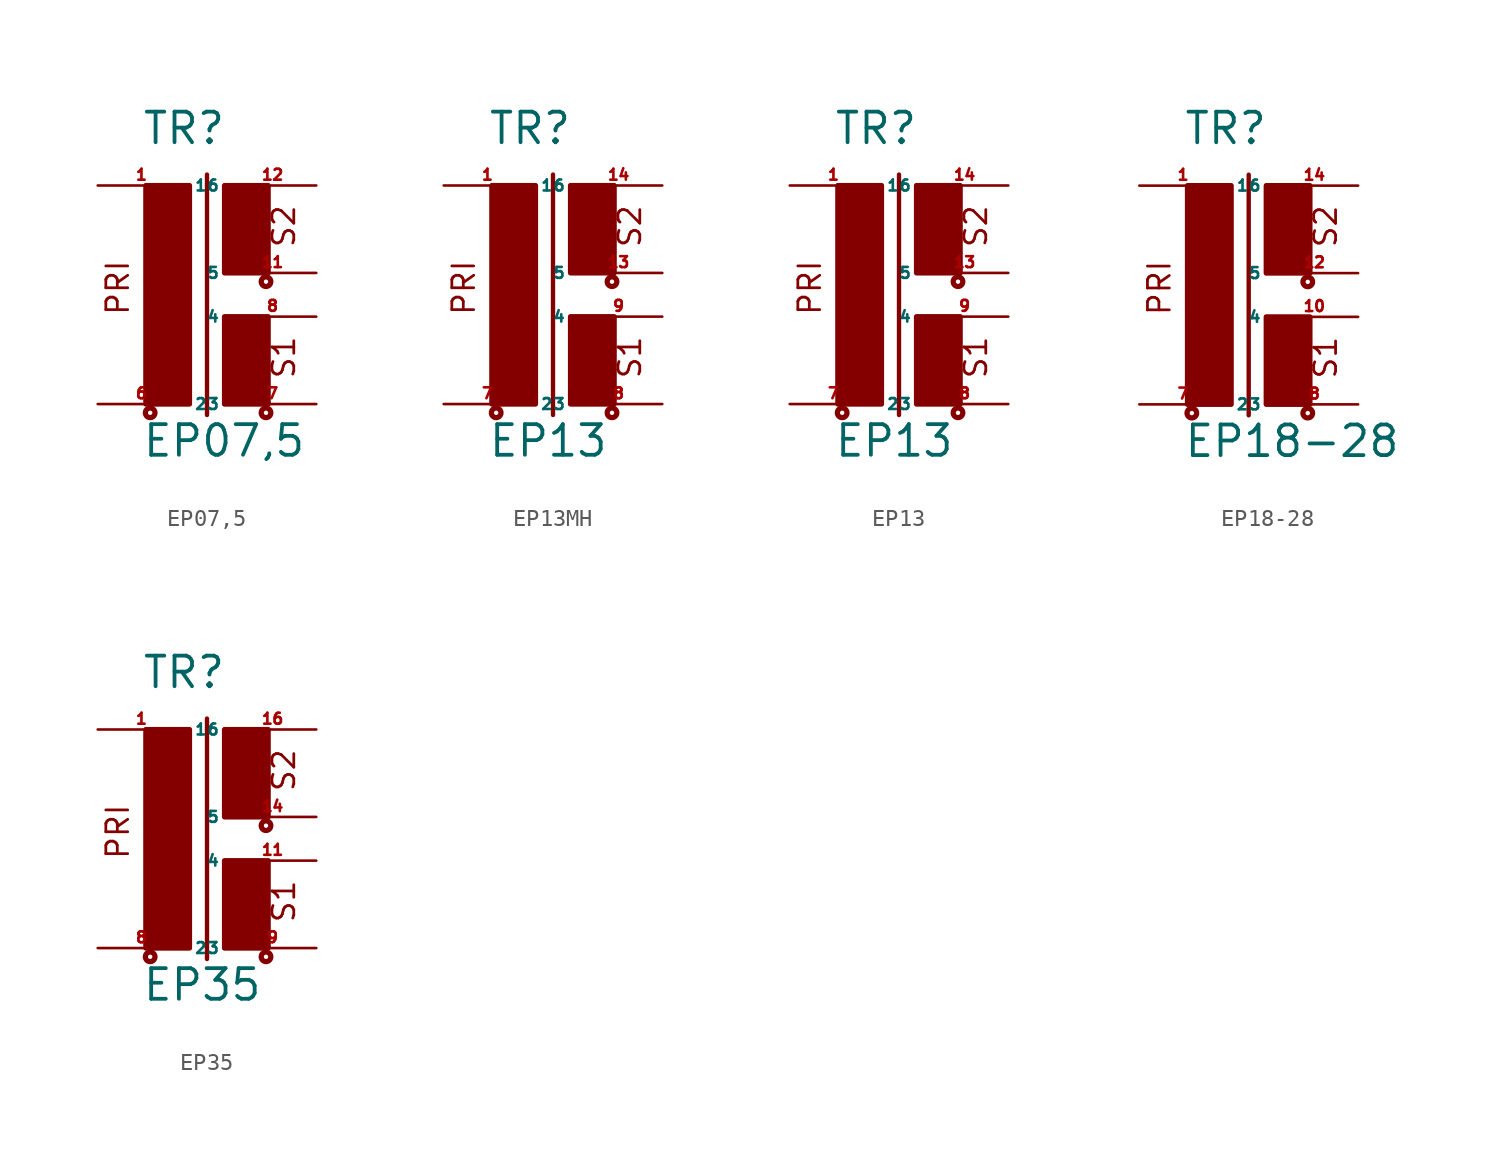
<source format=kicad_sym>
(kicad_symbol_lib
  (version 20220914)
  (generator Eagle2Kicad)
  (symbol "EP07,5"
    (property "Reference" "TR"
      (at -2.54 7.366 0)
      (effects (font (size 1.778 1.778) (thickness 0.22)) (justify left bottom)))
    (property "Value" "EP07,5"
      (at -2.54 -10.795 0)
      (effects (font (size 1.778 1.778) (thickness 0.22)) (justify left bottom)))
    (polyline
      (pts (xy 1.27 5.715) (xy 1.27 -8.255))
      (stroke (width 0.254) (type default))
      (fill (type none)))
    (text "PRI"
      (at -3.175 -2.54 900)
      (effects (font (size 1.27 1.27) (thickness 0.16)) (justify left bottom)))
    (text "S1"
      (at 6.477 -6.223 900)
      (effects (font (size 1.27 1.27) (thickness 0.16)) (justify left bottom)))
    (text "S2"
      (at 6.477 1.397 900)
      (effects (font (size 1.27 1.27) (thickness 0.16)) (justify left bottom)))
    (circle
      (center -2.032 -8.128)
      (radius 0.127)
      (stroke (width 0.305) (type default))
      (fill (type none)))
    (circle
      (center 4.699 -8.128)
      (radius 0.127)
      (stroke (width 0.305) (type default))
      (fill (type none)))
    (circle
      (center 4.699 -0.508)
      (radius 0.127)
      (stroke (width 0.305) (type default))
      (fill (type none)))
    (rectangle
      (start -2.286 -7.62)
      (end 0.254 5.08)
      (stroke (width 0.3) (type default))
      (fill (type outline)))
    (rectangle
      (start 2.286 0)
      (end 4.826 5.08)
      (stroke (width 0.3) (type default))
      (fill (type outline)))
    (rectangle
      (start 2.286 -7.62)
      (end 4.826 -2.54)
      (stroke (width 0.3) (type default))
      (fill (type outline)))
    (pin passive line
      (at -5.08 5.08 0)
      (length 5.08)
      (name "1" (effects (font (size 0.635 0.635) (thickness 0.08)) (justify left bottom)))
      (number "1" (effects (font (size 0.635 0.635) (thickness 0.08)) (justify left bottom))))
    (pin passive line
      (at -5.08 -7.62 0)
      (length 5.08)
      (name "2" (effects (font (size 0.635 0.635) (thickness 0.08)) (justify left bottom)))
      (number "6" (effects (font (size 0.635 0.635) (thickness 0.08)) (justify left bottom))))
    (pin passive line
      (at 7.62 -7.62 180)
      (length 5.08)
      (name "3" (effects (font (size 0.635 0.635) (thickness 0.08)) (justify left bottom)))
      (number "7" (effects (font (size 0.635 0.635) (thickness 0.08)) (justify left bottom))))
    (pin passive line
      (at 7.62 -2.54 180)
      (length 5.08)
      (name "4" (effects (font (size 0.635 0.635) (thickness 0.08)) (justify left bottom)))
      (number "8" (effects (font (size 0.635 0.635) (thickness 0.08)) (justify left bottom))))
    (pin passive line
      (at 7.62 0 180)
      (length 5.08)
      (name "5" (effects (font (size 0.635 0.635) (thickness 0.08)) (justify left bottom)))
      (number "11" (effects (font (size 0.635 0.635) (thickness 0.08)) (justify left bottom))))
    (pin passive line
      (at 7.62 5.08 180)
      (length 5.08)
      (name "6" (effects (font (size 0.635 0.635) (thickness 0.08)) (justify left bottom)))
      (number "12" (effects (font (size 0.635 0.635) (thickness 0.08)) (justify left bottom)))))
  (symbol "EP13MH"
    (property "Reference" "TR"
      (at -2.54 7.366 0)
      (effects (font (size 1.778 1.778) (thickness 0.22)) (justify left bottom)))
    (property "Value" "EP13"
      (at -2.54 -10.795 0)
      (effects (font (size 1.778 1.778) (thickness 0.22)) (justify left bottom)))
    (polyline
      (pts (xy 1.27 5.715) (xy 1.27 -8.255))
      (stroke (width 0.254) (type default))
      (fill (type none)))
    (text "PRI"
      (at -3.175 -2.54 900)
      (effects (font (size 1.27 1.27) (thickness 0.16)) (justify left bottom)))
    (text "S1"
      (at 6.477 -6.223 900)
      (effects (font (size 1.27 1.27) (thickness 0.16)) (justify left bottom)))
    (text "S2"
      (at 6.477 1.397 900)
      (effects (font (size 1.27 1.27) (thickness 0.16)) (justify left bottom)))
    (circle
      (center -2.032 -8.128)
      (radius 0.127)
      (stroke (width 0.305) (type default))
      (fill (type none)))
    (circle
      (center 4.699 -8.128)
      (radius 0.127)
      (stroke (width 0.305) (type default))
      (fill (type none)))
    (circle
      (center 4.699 -0.508)
      (radius 0.127)
      (stroke (width 0.305) (type default))
      (fill (type none)))
    (rectangle
      (start -2.286 -7.62)
      (end 0.254 5.08)
      (stroke (width 0.3) (type default))
      (fill (type outline)))
    (rectangle
      (start 2.286 0)
      (end 4.826 5.08)
      (stroke (width 0.3) (type default))
      (fill (type outline)))
    (rectangle
      (start 2.286 -7.62)
      (end 4.826 -2.54)
      (stroke (width 0.3) (type default))
      (fill (type outline)))
    (pin passive line
      (at -5.08 5.08 0)
      (length 5.08)
      (name "1" (effects (font (size 0.635 0.635) (thickness 0.08)) (justify left bottom)))
      (number "1" (effects (font (size 0.635 0.635) (thickness 0.08)) (justify left bottom))))
    (pin passive line
      (at -5.08 -7.62 0)
      (length 5.08)
      (name "2" (effects (font (size 0.635 0.635) (thickness 0.08)) (justify left bottom)))
      (number "7" (effects (font (size 0.635 0.635) (thickness 0.08)) (justify left bottom))))
    (pin passive line
      (at 7.62 -7.62 180)
      (length 5.08)
      (name "3" (effects (font (size 0.635 0.635) (thickness 0.08)) (justify left bottom)))
      (number "8" (effects (font (size 0.635 0.635) (thickness 0.08)) (justify left bottom))))
    (pin passive line
      (at 7.62 -2.54 180)
      (length 5.08)
      (name "4" (effects (font (size 0.635 0.635) (thickness 0.08)) (justify left bottom)))
      (number "9" (effects (font (size 0.635 0.635) (thickness 0.08)) (justify left bottom))))
    (pin passive line
      (at 7.62 0 180)
      (length 5.08)
      (name "5" (effects (font (size 0.635 0.635) (thickness 0.08)) (justify left bottom)))
      (number "13" (effects (font (size 0.635 0.635) (thickness 0.08)) (justify left bottom))))
    (pin passive line
      (at 7.62 5.08 180)
      (length 5.08)
      (name "6" (effects (font (size 0.635 0.635) (thickness 0.08)) (justify left bottom)))
      (number "14" (effects (font (size 0.635 0.635) (thickness 0.08)) (justify left bottom)))))
  (symbol "EP13"
    (property "Reference" "TR"
      (at -2.54 7.366 0)
      (effects (font (size 1.778 1.778) (thickness 0.22)) (justify left bottom)))
    (property "Value" "EP13"
      (at -2.54 -10.795 0)
      (effects (font (size 1.778 1.778) (thickness 0.22)) (justify left bottom)))
    (polyline
      (pts (xy 1.27 5.715) (xy 1.27 -8.255))
      (stroke (width 0.254) (type default))
      (fill (type none)))
    (text "PRI"
      (at -3.175 -2.54 900)
      (effects (font (size 1.27 1.27) (thickness 0.16)) (justify left bottom)))
    (text "S1"
      (at 6.477 -6.223 900)
      (effects (font (size 1.27 1.27) (thickness 0.16)) (justify left bottom)))
    (text "S2"
      (at 6.477 1.397 900)
      (effects (font (size 1.27 1.27) (thickness 0.16)) (justify left bottom)))
    (circle
      (center -2.032 -8.128)
      (radius 0.127)
      (stroke (width 0.305) (type default))
      (fill (type none)))
    (circle
      (center 4.699 -8.128)
      (radius 0.127)
      (stroke (width 0.305) (type default))
      (fill (type none)))
    (circle
      (center 4.699 -0.508)
      (radius 0.127)
      (stroke (width 0.305) (type default))
      (fill (type none)))
    (rectangle
      (start -2.286 -7.62)
      (end 0.254 5.08)
      (stroke (width 0.3) (type default))
      (fill (type outline)))
    (rectangle
      (start 2.286 0)
      (end 4.826 5.08)
      (stroke (width 0.3) (type default))
      (fill (type outline)))
    (rectangle
      (start 2.286 -7.62)
      (end 4.826 -2.54)
      (stroke (width 0.3) (type default))
      (fill (type outline)))
    (pin passive line
      (at -5.08 5.08 0)
      (length 5.08)
      (name "1" (effects (font (size 0.635 0.635) (thickness 0.08)) (justify left bottom)))
      (number "1" (effects (font (size 0.635 0.635) (thickness 0.08)) (justify left bottom))))
    (pin passive line
      (at -5.08 -7.62 0)
      (length 5.08)
      (name "2" (effects (font (size 0.635 0.635) (thickness 0.08)) (justify left bottom)))
      (number "7" (effects (font (size 0.635 0.635) (thickness 0.08)) (justify left bottom))))
    (pin passive line
      (at 7.62 -7.62 180)
      (length 5.08)
      (name "3" (effects (font (size 0.635 0.635) (thickness 0.08)) (justify left bottom)))
      (number "8" (effects (font (size 0.635 0.635) (thickness 0.08)) (justify left bottom))))
    (pin passive line
      (at 7.62 -2.54 180)
      (length 5.08)
      (name "4" (effects (font (size 0.635 0.635) (thickness 0.08)) (justify left bottom)))
      (number "9" (effects (font (size 0.635 0.635) (thickness 0.08)) (justify left bottom))))
    (pin passive line
      (at 7.62 0 180)
      (length 5.08)
      (name "5" (effects (font (size 0.635 0.635) (thickness 0.08)) (justify left bottom)))
      (number "13" (effects (font (size 0.635 0.635) (thickness 0.08)) (justify left bottom))))
    (pin passive line
      (at 7.62 5.08 180)
      (length 5.08)
      (name "6" (effects (font (size 0.635 0.635) (thickness 0.08)) (justify left bottom)))
      (number "14" (effects (font (size 0.635 0.635) (thickness 0.08)) (justify left bottom)))))
  (symbol "EP18-28"
    (property "Reference" "TR"
      (at -2.54 7.366 0)
      (effects (font (size 1.778 1.778) (thickness 0.22)) (justify left bottom)))
    (property "Value" "EP18-28"
      (at -2.54 -10.795 0)
      (effects (font (size 1.778 1.778) (thickness 0.22)) (justify left bottom)))
    (polyline
      (pts (xy 1.27 5.715) (xy 1.27 -8.255))
      (stroke (width 0.254) (type default))
      (fill (type none)))
    (text "PRI"
      (at -3.175 -2.54 900)
      (effects (font (size 1.27 1.27) (thickness 0.16)) (justify left bottom)))
    (text "S1"
      (at 6.477 -6.223 900)
      (effects (font (size 1.27 1.27) (thickness 0.16)) (justify left bottom)))
    (text "S2"
      (at 6.477 1.397 900)
      (effects (font (size 1.27 1.27) (thickness 0.16)) (justify left bottom)))
    (circle
      (center -2.032 -8.128)
      (radius 0.127)
      (stroke (width 0.305) (type default))
      (fill (type none)))
    (circle
      (center 4.699 -8.128)
      (radius 0.127)
      (stroke (width 0.305) (type default))
      (fill (type none)))
    (circle
      (center 4.699 -0.508)
      (radius 0.127)
      (stroke (width 0.305) (type default))
      (fill (type none)))
    (rectangle
      (start -2.286 -7.62)
      (end 0.254 5.08)
      (stroke (width 0.3) (type default))
      (fill (type outline)))
    (rectangle
      (start 2.286 0)
      (end 4.826 5.08)
      (stroke (width 0.3) (type default))
      (fill (type outline)))
    (rectangle
      (start 2.286 -7.62)
      (end 4.826 -2.54)
      (stroke (width 0.3) (type default))
      (fill (type outline)))
    (pin passive line
      (at -5.08 5.08 0)
      (length 5.08)
      (name "1" (effects (font (size 0.635 0.635) (thickness 0.08)) (justify left bottom)))
      (number "1" (effects (font (size 0.635 0.635) (thickness 0.08)) (justify left bottom))))
    (pin passive line
      (at -5.08 -7.62 0)
      (length 5.08)
      (name "2" (effects (font (size 0.635 0.635) (thickness 0.08)) (justify left bottom)))
      (number "7" (effects (font (size 0.635 0.635) (thickness 0.08)) (justify left bottom))))
    (pin passive line
      (at 7.62 -7.62 180)
      (length 5.08)
      (name "3" (effects (font (size 0.635 0.635) (thickness 0.08)) (justify left bottom)))
      (number "8" (effects (font (size 0.635 0.635) (thickness 0.08)) (justify left bottom))))
    (pin passive line
      (at 7.62 -2.54 180)
      (length 5.08)
      (name "4" (effects (font (size 0.635 0.635) (thickness 0.08)) (justify left bottom)))
      (number "10" (effects (font (size 0.635 0.635) (thickness 0.08)) (justify left bottom))))
    (pin passive line
      (at 7.62 0 180)
      (length 5.08)
      (name "5" (effects (font (size 0.635 0.635) (thickness 0.08)) (justify left bottom)))
      (number "12" (effects (font (size 0.635 0.635) (thickness 0.08)) (justify left bottom))))
    (pin passive line
      (at 7.62 5.08 180)
      (length 5.08)
      (name "6" (effects (font (size 0.635 0.635) (thickness 0.08)) (justify left bottom)))
      (number "14" (effects (font (size 0.635 0.635) (thickness 0.08)) (justify left bottom)))))
  (symbol "EP35"
    (property "Reference" "TR"
      (at -2.54 7.366 0)
      (effects (font (size 1.778 1.778) (thickness 0.22)) (justify left bottom)))
    (property "Value" "EP35"
      (at -2.54 -10.795 0)
      (effects (font (size 1.778 1.778) (thickness 0.22)) (justify left bottom)))
    (polyline
      (pts (xy 1.27 5.715) (xy 1.27 -8.255))
      (stroke (width 0.254) (type default))
      (fill (type none)))
    (text "PRI"
      (at -3.175 -2.54 900)
      (effects (font (size 1.27 1.27) (thickness 0.16)) (justify left bottom)))
    (text "S1"
      (at 6.477 -6.223 900)
      (effects (font (size 1.27 1.27) (thickness 0.16)) (justify left bottom)))
    (text "S2"
      (at 6.477 1.397 900)
      (effects (font (size 1.27 1.27) (thickness 0.16)) (justify left bottom)))
    (circle
      (center -2.032 -8.128)
      (radius 0.127)
      (stroke (width 0.305) (type default))
      (fill (type none)))
    (circle
      (center 4.699 -8.128)
      (radius 0.127)
      (stroke (width 0.305) (type default))
      (fill (type none)))
    (circle
      (center 4.699 -0.508)
      (radius 0.127)
      (stroke (width 0.305) (type default))
      (fill (type none)))
    (rectangle
      (start -2.286 -7.62)
      (end 0.254 5.08)
      (stroke (width 0.3) (type default))
      (fill (type outline)))
    (rectangle
      (start 2.286 0)
      (end 4.826 5.08)
      (stroke (width 0.3) (type default))
      (fill (type outline)))
    (rectangle
      (start 2.286 -7.62)
      (end 4.826 -2.54)
      (stroke (width 0.3) (type default))
      (fill (type outline)))
    (pin passive line
      (at -5.08 5.08 0)
      (length 5.08)
      (name "1" (effects (font (size 0.635 0.635) (thickness 0.08)) (justify left bottom)))
      (number "1" (effects (font (size 0.635 0.635) (thickness 0.08)) (justify left bottom))))
    (pin passive line
      (at -5.08 -7.62 0)
      (length 5.08)
      (name "2" (effects (font (size 0.635 0.635) (thickness 0.08)) (justify left bottom)))
      (number "8" (effects (font (size 0.635 0.635) (thickness 0.08)) (justify left bottom))))
    (pin passive line
      (at 7.62 -7.62 180)
      (length 5.08)
      (name "3" (effects (font (size 0.635 0.635) (thickness 0.08)) (justify left bottom)))
      (number "9" (effects (font (size 0.635 0.635) (thickness 0.08)) (justify left bottom))))
    (pin passive line
      (at 7.62 -2.54 180)
      (length 5.08)
      (name "4" (effects (font (size 0.635 0.635) (thickness 0.08)) (justify left bottom)))
      (number "11" (effects (font (size 0.635 0.635) (thickness 0.08)) (justify left bottom))))
    (pin passive line
      (at 7.62 0 180)
      (length 5.08)
      (name "5" (effects (font (size 0.635 0.635) (thickness 0.08)) (justify left bottom)))
      (number "14" (effects (font (size 0.635 0.635) (thickness 0.08)) (justify left bottom))))
    (pin passive line
      (at 7.62 5.08 180)
      (length 5.08)
      (name "6" (effects (font (size 0.635 0.635) (thickness 0.08)) (justify left bottom)))
      (number "16" (effects (font (size 0.635 0.635) (thickness 0.08)) (justify left bottom))))))
</source>
